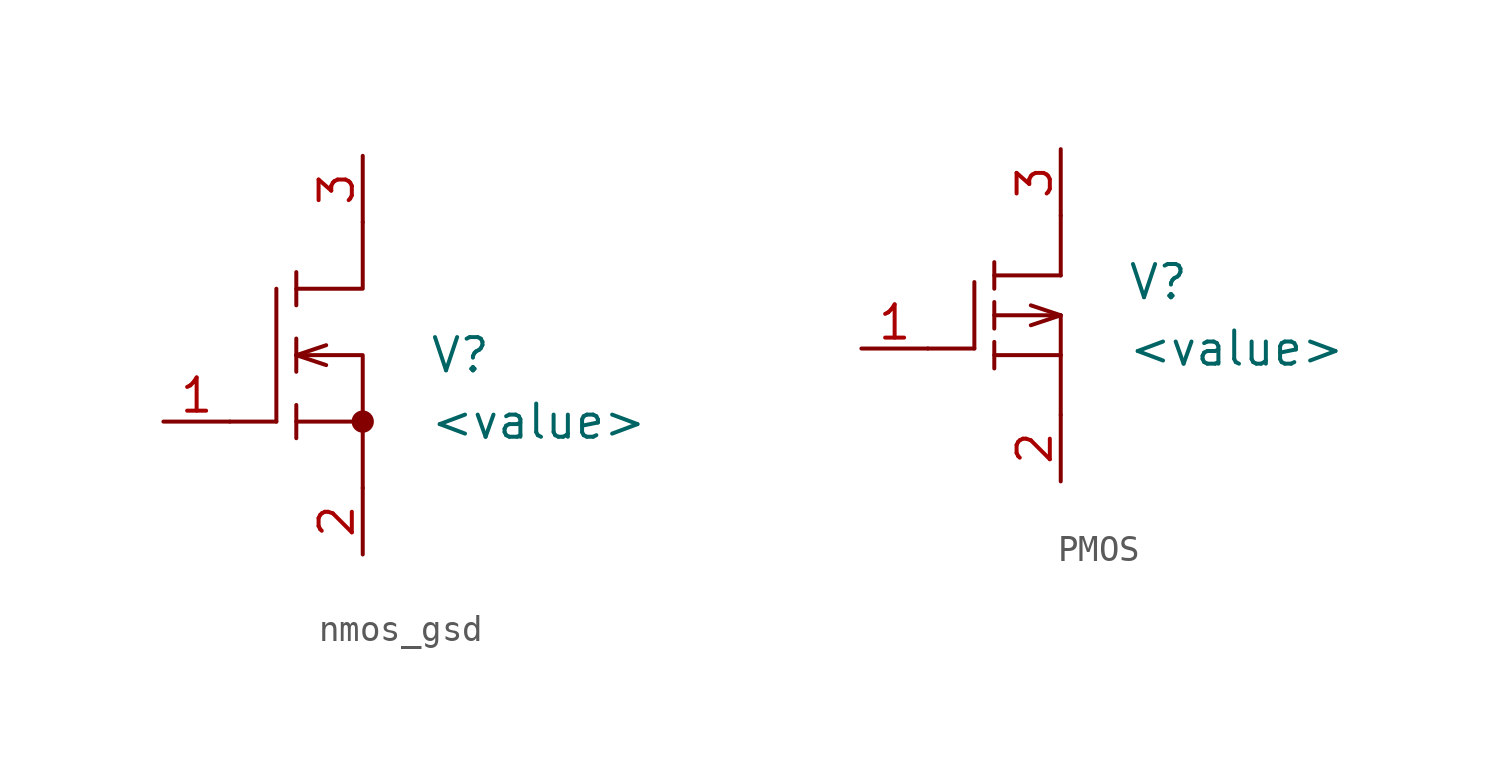
<source format=kicad_sym>
(kicad_symbol_lib
  (version 20220914)
  (generator kicad_symbol_editor)
  (symbol "nmos_gsd"
    (pin_names hide)
    (property "Reference" "V"
      (at 10.16 2.54 0)
      (effects (font (size 1.27 1.27)) (justify left)))
    (property "Value" "<value>"
      (at 10.16 0 0)
      (effects (font (size 1.27 1.27)) (justify left)))
    (symbol "nmos_gsd_0_1"
      (polyline (pts (xy 4.318 0) (xy 2.54 0)) (stroke (width 0) (type default)) (fill (type none)))
      (polyline (pts (xy 4.318 0) (xy 4.318 5.08)) (stroke (width 0) (type default)) (fill (type none)))
      (polyline (pts (xy 5.08 0) (xy 7.62 0)) (stroke (width 0) (type default)) (fill (type none)))
      (polyline (pts (xy 5.08 0.635) (xy 5.08 -0.635)) (stroke (width 0) (type default)) (fill (type none)))
      (polyline (pts (xy 5.08 2.54) (xy 6.223 2.159)) (stroke (width 0) (type default)) (fill (type none)))
      (polyline (pts (xy 5.08 2.54) (xy 6.223 2.921)) (stroke (width 0) (type default)) (fill (type none)))
      (polyline (pts (xy 5.08 3.175) (xy 5.08 1.905)) (stroke (width 0) (type default)) (fill (type none)))
      (polyline (pts (xy 5.08 5.715) (xy 5.08 4.445)) (stroke (width 0) (type default)) (fill (type none)))
      (polyline (pts (xy 5.08 5.08) (xy 7.62 5.08) (xy 7.62 7.62)) (stroke (width 0) (type default)) (fill (type none)))
      (polyline (pts (xy 7.62 -2.54) (xy 7.62 2.54) (xy 5.08 2.54)) (stroke (width 0) (type default)) (fill (type none)))
      (circle (center 7.62 0) (radius 0.35) (stroke (width 0) (type default)) (fill (type outline)))
      (pin passive line (at 7.62 -5.08 90) (length 2.54) (name "2" (effects (font (size 1.27 1.27)))) (number "2" (effects (font (size 1.27 1.27)))))
      (pin passive line (at 7.62 10.16 270) (length 2.54) (name "3" (effects (font (size 1.27 1.27)))) (number "3" (effects (font (size 1.27 1.27))))))
    (symbol "nmos_gsd_1_1"
      (pin input line (at 0 0 0) (length 2.54) (name "1" (effects (font (size 1.27 1.27)))) (number "1" (effects (font (size 1.27 1.27)))))))
  (symbol "PMOS"
    (pin_names hide)
    (property "Reference" "V"
      (at 10.16 2.54 0)
      (effects (font (size 1.27 1.27)) (justify left)))
    (property "Value" "<value>"
      (at 10.16 0 0)
      (effects (font (size 1.27 1.27)) (justify left)))
    (symbol "PMOS_0_1"
      (polyline (pts (xy 4.318 0) (xy 2.54 0)) (stroke (width 0) (type default)) (fill (type none)))
      (polyline (pts (xy 4.318 0) (xy 4.318 2.54)) (stroke (width 0) (type default)) (fill (type none)))
      (polyline (pts (xy 5.08 -0.254) (xy 7.62 -0.254)) (stroke (width 0) (type default)) (fill (type none)))
      (polyline (pts (xy 5.08 0.254) (xy 5.08 -0.762)) (stroke (width 0) (type default)) (fill (type none)))
      (polyline (pts (xy 5.08 1.778) (xy 5.08 0.762)) (stroke (width 0) (type default)) (fill (type none)))
      (polyline (pts (xy 5.08 2.794) (xy 7.62 2.794)) (stroke (width 0) (type default)) (fill (type none)))
      (polyline (pts (xy 5.08 3.302) (xy 5.08 2.286)) (stroke (width 0) (type default)) (fill (type none)))
      (polyline (pts (xy 7.62 -2.54) (xy 7.62 -0.254)) (stroke (width 0) (type default)) (fill (type none)))
      (polyline (pts (xy 7.62 1.27) (xy 6.477 0.889)) (stroke (width 0) (type default)) (fill (type none)))
      (polyline (pts (xy 7.62 1.27) (xy 6.477 1.651)) (stroke (width 0) (type default)) (fill (type none)))
      (polyline (pts (xy 7.62 5.08) (xy 7.62 2.794)) (stroke (width 0) (type default)) (fill (type none)))
      (polyline (pts (xy 7.62 -0.254) (xy 7.62 1.27) (xy 5.08 1.27)) (stroke (width 0) (type default)) (fill (type none)))
      (pin input line (at 0 0 0) (length 2.54) (name "1" (effects (font (size 1.27 1.27)))) (number "1" (effects (font (size 1.27 1.27)))))
      (pin passive line (at 7.62 -5.08 90) (length 2.54) (name "2" (effects (font (size 1.27 1.27)))) (number "2" (effects (font (size 1.27 1.27)))))
      (pin passive line (at 7.62 7.62 270) (length 2.54) (name "3" (effects (font (size 1.27 1.27)))) (number "3" (effects (font (size 1.27 1.27))))))))
</source>
